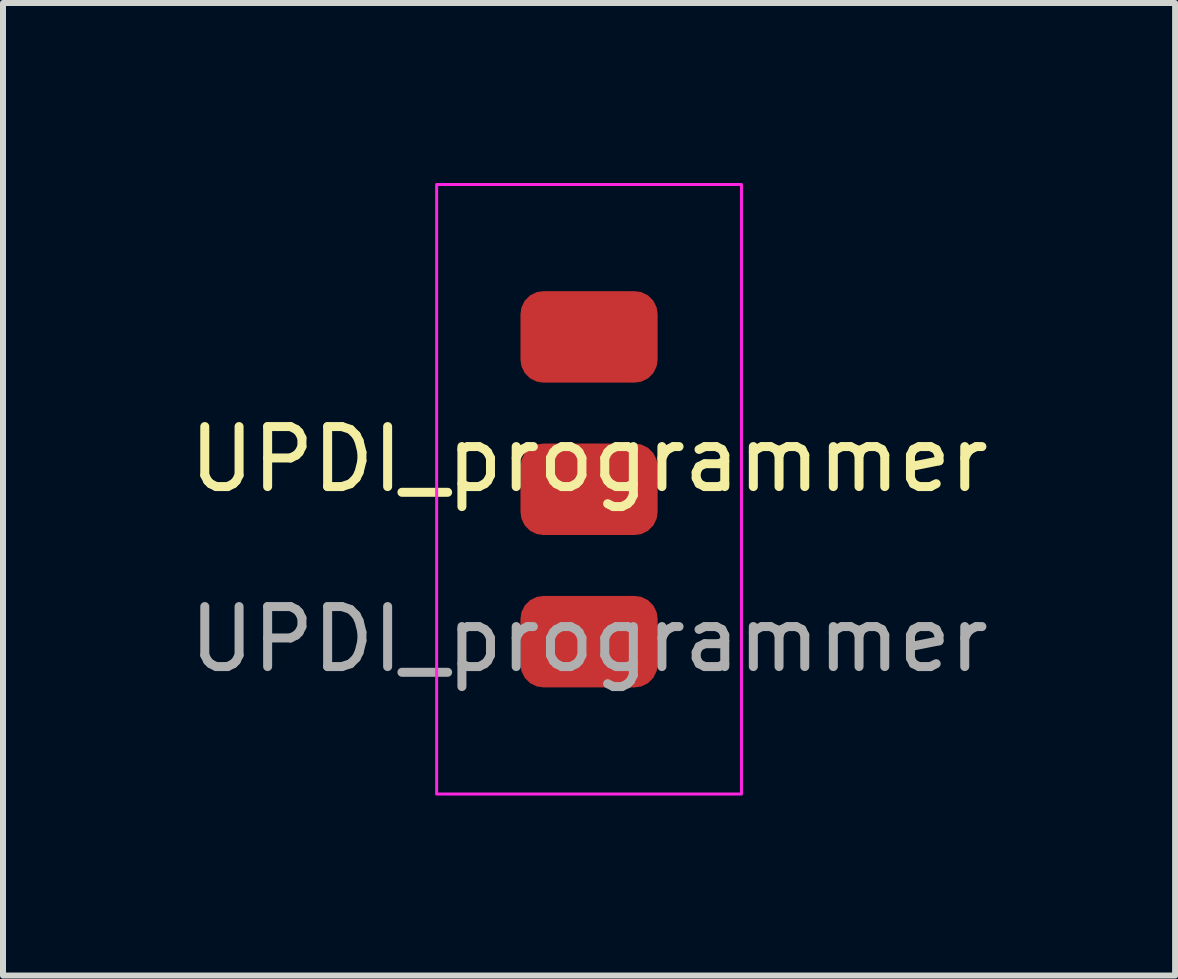
<source format=kicad_pcb>
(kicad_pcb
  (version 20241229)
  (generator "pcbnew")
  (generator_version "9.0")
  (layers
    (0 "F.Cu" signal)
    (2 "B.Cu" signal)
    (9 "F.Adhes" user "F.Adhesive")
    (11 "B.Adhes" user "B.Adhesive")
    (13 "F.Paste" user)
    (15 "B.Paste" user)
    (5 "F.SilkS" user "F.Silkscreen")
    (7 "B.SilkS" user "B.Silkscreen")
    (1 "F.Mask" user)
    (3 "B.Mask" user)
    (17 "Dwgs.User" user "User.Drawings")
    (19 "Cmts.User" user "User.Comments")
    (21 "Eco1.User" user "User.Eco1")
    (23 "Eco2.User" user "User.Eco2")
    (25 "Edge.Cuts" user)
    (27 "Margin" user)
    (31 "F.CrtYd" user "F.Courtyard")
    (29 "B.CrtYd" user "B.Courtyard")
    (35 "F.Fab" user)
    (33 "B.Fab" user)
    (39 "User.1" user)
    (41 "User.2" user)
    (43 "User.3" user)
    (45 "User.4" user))
  (footprint "UPDI_programmer"
    (layer "F.Cu")
    (at 6.768 5.105)
    (property "Reference" "UPDI_programmer" (at 0 -0.5 0) (unlocked yes) (layer "F.SilkS") (effects (font (size 1 1) (thickness 0.15))))
    (attr smd)
    (fp_rect (start -2.54 -5.08) (end 2.54 5.08) (stroke (width 0.05) (type solid)) (fill no) (layer "F.CrtYd"))
    (fp_text user "${REFERENCE}" (at 0 2.5 0) (unlocked yes) (layer "F.Fab") (effects (font (size 1 1) (thickness 0.15))))
    (pad "1" smd roundrect (at 0 2.54) (size 2.286 1.524) (layers "F.Cu" "F.Mask" "F.Paste") (roundrect_rratio 0.25))
    (pad "2" smd roundrect (at 0 0) (size 2.286 1.524) (layers "F.Cu" "F.Mask" "F.Paste") (roundrect_rratio 0.25))
    (pad "3" smd roundrect (at 0 -2.54) (size 2.286 1.524) (layers "F.Cu" "F.Mask" "F.Paste") (roundrect_rratio 0.25)))
  (gr_rect
    (start -3 -3)
    (end 16.536 13.21)
    (stroke (width 0.1) (type default))
    (fill no)
    (layer "Edge.Cuts")))
</source>
